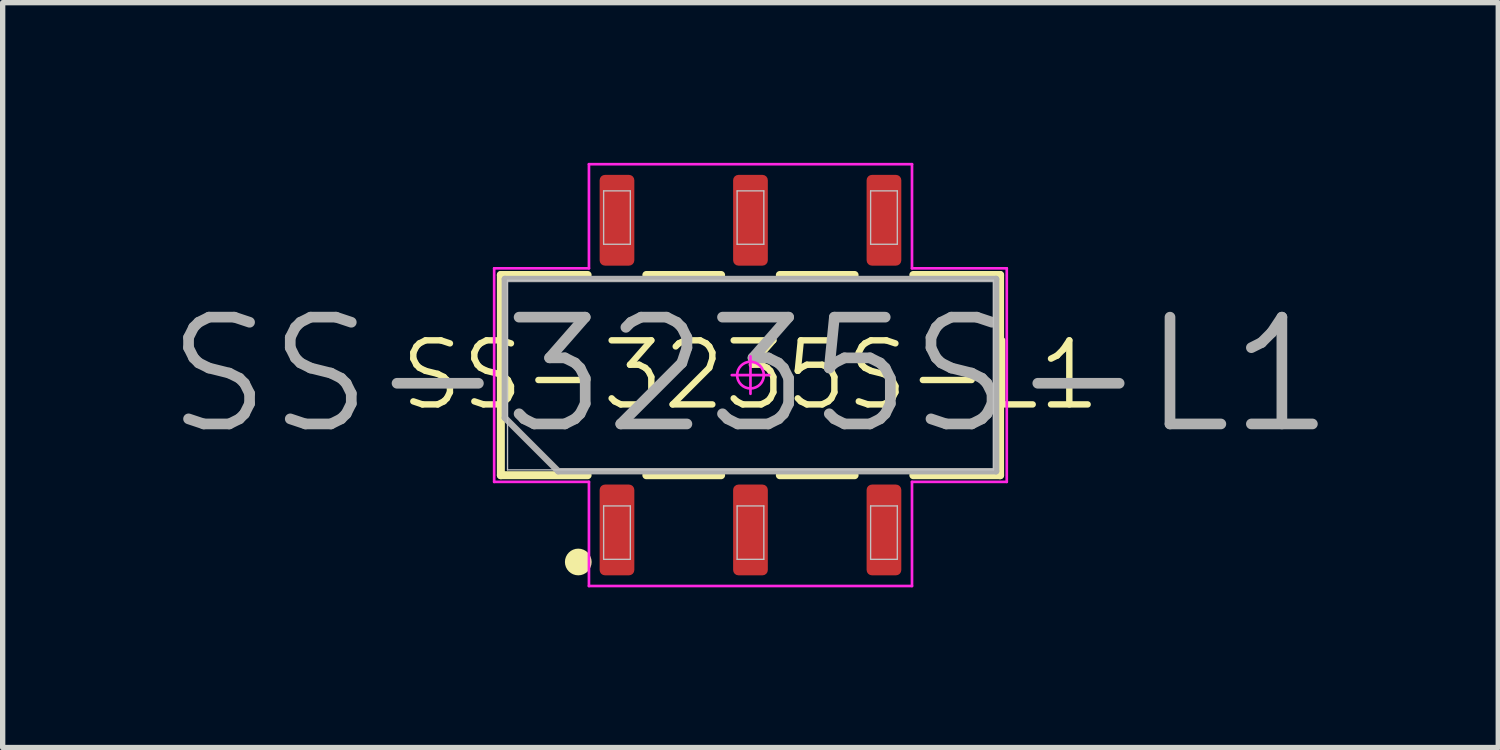
<source format=kicad_pcb>
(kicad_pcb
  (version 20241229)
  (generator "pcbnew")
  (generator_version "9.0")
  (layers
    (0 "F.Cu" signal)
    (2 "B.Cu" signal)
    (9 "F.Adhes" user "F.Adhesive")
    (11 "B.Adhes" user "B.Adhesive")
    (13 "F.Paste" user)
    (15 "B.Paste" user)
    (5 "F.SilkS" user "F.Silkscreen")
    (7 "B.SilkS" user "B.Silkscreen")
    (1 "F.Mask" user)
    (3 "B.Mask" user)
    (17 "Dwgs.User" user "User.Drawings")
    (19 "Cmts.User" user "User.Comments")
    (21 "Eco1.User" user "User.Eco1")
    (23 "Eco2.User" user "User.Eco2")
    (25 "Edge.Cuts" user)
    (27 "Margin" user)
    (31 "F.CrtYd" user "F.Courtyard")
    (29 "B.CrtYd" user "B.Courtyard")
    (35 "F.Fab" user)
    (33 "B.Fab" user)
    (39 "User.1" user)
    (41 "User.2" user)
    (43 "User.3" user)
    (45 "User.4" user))
  (footprint "SS-3235S-L1"
    (layer "F.Cu")
    (at 11.005 3.975)
    (property "Reference" "SS-3235S-L1" (at 0 0 0) (layer "F.SilkS") (effects (font (size 1.2 1.2) (thickness 0.12))))
    (attr smd)
    (fp_line (start -4.675 -1.875) (end -3.05 -1.875) (stroke (width 0.15) (type solid)) (layer "F.SilkS"))
    (fp_line (start -4.675 1.875) (end -4.675 -1.875) (stroke (width 0.15) (type solid)) (layer "F.SilkS"))
    (fp_line (start -3.05 1.875) (end -4.675 1.875) (stroke (width 0.15) (type solid)) (layer "F.SilkS"))
    (fp_line (start -0.55 -1.875) (end -1.95 -1.875) (stroke (width 0.15) (type solid)) (layer "F.SilkS"))
    (fp_line (start -0.55 1.875) (end -1.95 1.875) (stroke (width 0.15) (type solid)) (layer "F.SilkS"))
    (fp_line (start 1.95 -1.875) (end 0.55 -1.875) (stroke (width 0.15) (type solid)) (layer "F.SilkS"))
    (fp_line (start 1.95 1.875) (end 0.55 1.875) (stroke (width 0.15) (type solid)) (layer "F.SilkS"))
    (fp_line (start 3.05 -1.875) (end 4.675 -1.875) (stroke (width 0.15) (type solid)) (layer "F.SilkS"))
    (fp_line (start 4.675 -1.875) (end 4.675 1.875) (stroke (width 0.15) (type solid)) (layer "F.SilkS"))
    (fp_line (start 4.675 1.875) (end 3.05 1.875) (stroke (width 0.15) (type solid)) (layer "F.SilkS"))
    (fp_circle (center -3.225 3.5) (end -3.225 3.625) (stroke (width 0.25) (type solid)) (fill no) (layer "F.SilkS"))
    (fp_line (start -4.55 -1.775) (end 4.55 -1.775) (stroke (width 0.025) (type solid)) (layer "Dwgs.User"))
    (fp_line (start -4.55 1.775) (end -4.55 -1.775) (stroke (width 0.025) (type solid)) (layer "Dwgs.User"))
    (fp_line (start -2.75 -3.45) (end -2.25 -3.45) (stroke (width 0.025) (type solid)) (layer "Dwgs.User"))
    (fp_line (start -2.75 -2.45) (end -2.75 -3.45) (stroke (width 0.025) (type solid)) (layer "Dwgs.User"))
    (fp_line (start -2.75 2.45) (end -2.25 2.45) (stroke (width 0.025) (type solid)) (layer "Dwgs.User"))
    (fp_line (start -2.75 3.45) (end -2.75 2.45) (stroke (width 0.025) (type solid)) (layer "Dwgs.User"))
    (fp_line (start -2.25 -3.45) (end -2.25 -2.45) (stroke (width 0.025) (type solid)) (layer "Dwgs.User"))
    (fp_line (start -2.25 -2.45) (end -2.75 -2.45) (stroke (width 0.025) (type solid)) (layer "Dwgs.User"))
    (fp_line (start -2.25 2.45) (end -2.25 3.45) (stroke (width 0.025) (type solid)) (layer "Dwgs.User"))
    (fp_line (start -2.25 3.45) (end -2.75 3.45) (stroke (width 0.025) (type solid)) (layer "Dwgs.User"))
    (fp_line (start -0.25 -3.45) (end 0.25 -3.45) (stroke (width 0.025) (type solid)) (layer "Dwgs.User"))
    (fp_line (start -0.25 -2.45) (end -0.25 -3.45) (stroke (width 0.025) (type solid)) (layer "Dwgs.User"))
    (fp_line (start -0.25 2.45) (end 0.25 2.45) (stroke (width 0.025) (type solid)) (layer "Dwgs.User"))
    (fp_line (start -0.25 3.45) (end -0.25 2.45) (stroke (width 0.025) (type solid)) (layer "Dwgs.User"))
    (fp_line (start 0.25 -3.45) (end 0.25 -2.45) (stroke (width 0.025) (type solid)) (layer "Dwgs.User"))
    (fp_line (start 0.25 -2.45) (end -0.25 -2.45) (stroke (width 0.025) (type solid)) (layer "Dwgs.User"))
    (fp_line (start 0.25 2.45) (end 0.25 3.45) (stroke (width 0.025) (type solid)) (layer "Dwgs.User"))
    (fp_line (start 0.25 3.45) (end -0.25 3.45) (stroke (width 0.025) (type solid)) (layer "Dwgs.User"))
    (fp_line (start 2.25 -3.45) (end 2.75 -3.45) (stroke (width 0.025) (type solid)) (layer "Dwgs.User"))
    (fp_line (start 2.25 -2.45) (end 2.25 -3.45) (stroke (width 0.025) (type solid)) (layer "Dwgs.User"))
    (fp_line (start 2.25 2.45) (end 2.75 2.45) (stroke (width 0.025) (type solid)) (layer "Dwgs.User"))
    (fp_line (start 2.25 3.45) (end 2.25 2.45) (stroke (width 0.025) (type solid)) (layer "Dwgs.User"))
    (fp_line (start 2.75 -3.45) (end 2.75 -2.45) (stroke (width 0.025) (type solid)) (layer "Dwgs.User"))
    (fp_line (start 2.75 -2.45) (end 2.25 -2.45) (stroke (width 0.025) (type solid)) (layer "Dwgs.User"))
    (fp_line (start 2.75 2.45) (end 2.75 3.45) (stroke (width 0.025) (type solid)) (layer "Dwgs.User"))
    (fp_line (start 2.75 3.45) (end 2.25 3.45) (stroke (width 0.025) (type solid)) (layer "Dwgs.User"))
    (fp_line (start 4.55 -1.775) (end 4.55 1.775) (stroke (width 0.025) (type solid)) (layer "Dwgs.User"))
    (fp_line (start 4.55 1.775) (end -4.55 1.775) (stroke (width 0.025) (type solid)) (layer "Dwgs.User"))
    (fp_line (start -4.8 -2) (end -4.8 2) (stroke (width 0.05) (type solid)) (layer "F.CrtYd"))
    (fp_line (start -4.8 2) (end -3.025 2) (stroke (width 0.05) (type solid)) (layer "F.CrtYd"))
    (fp_line (start -3.025 -3.95) (end -3.025 -2) (stroke (width 0.05) (type solid)) (layer "F.CrtYd"))
    (fp_line (start -3.025 -2) (end -4.8 -2) (stroke (width 0.05) (type solid)) (layer "F.CrtYd"))
    (fp_line (start -3.025 2) (end -3.025 3.95) (stroke (width 0.05) (type solid)) (layer "F.CrtYd"))
    (fp_line (start -3.025 3.95) (end 3.025 3.95) (stroke (width 0.05) (type solid)) (layer "F.CrtYd"))
    (fp_line (start -0.35 0) (end 0.35 0) (stroke (width 0.05) (type solid)) (layer "F.CrtYd"))
    (fp_line (start 0 -0.35) (end 0 0.35) (stroke (width 0.05) (type solid)) (layer "F.CrtYd"))
    (fp_line (start 3.025 -3.95) (end -3.025 -3.95) (stroke (width 0.05) (type solid)) (layer "F.CrtYd"))
    (fp_line (start 3.025 -2) (end 3.025 -3.95) (stroke (width 0.05) (type solid)) (layer "F.CrtYd"))
    (fp_line (start 3.025 2) (end 4.8 2) (stroke (width 0.05) (type solid)) (layer "F.CrtYd"))
    (fp_line (start 3.025 3.95) (end 3.025 2) (stroke (width 0.05) (type solid)) (layer "F.CrtYd"))
    (fp_line (start 4.8 -2) (end 3.025 -2) (stroke (width 0.05) (type solid)) (layer "F.CrtYd"))
    (fp_line (start 4.8 2) (end 4.8 -2) (stroke (width 0.05) (type solid)) (layer "F.CrtYd"))
    (fp_circle (center 0 0) (end 0 0.25) (stroke (width 0.05) (type solid)) (fill no) (layer "F.CrtYd"))
    (fp_line (start -4.6 -1.8) (end 4.6 -1.8) (stroke (width 0.12) (type solid)) (layer "F.Fab"))
    (fp_line (start -4.6 0.8) (end -4.6 -1.8) (stroke (width 0.12) (type solid)) (layer "F.Fab"))
    (fp_line (start -3.6 1.8) (end -4.6 0.8) (stroke (width 0.12) (type solid)) (layer "F.Fab"))
    (fp_line (start 4.6 -1.8) (end 4.6 1.8) (stroke (width 0.12) (type solid)) (layer "F.Fab"))
    (fp_line (start 4.6 1.8) (end -3.6 1.8) (stroke (width 0.12) (type solid)) (layer "F.Fab"))
    (fp_text user "${REFERENCE}" (at 0 0 0) (layer "F.Fab") (effects (font (size 2 2) (thickness 0.2))))
    (pad "1" smd roundrect (at -2.5 2.9 90) (size 1.7 0.65) (layers "F.Cu" "F.Mask" "F.Paste") (roundrect_rratio 0.154))
    (pad "2" smd roundrect (at 0 2.9 90) (size 1.7 0.65) (layers "F.Cu" "F.Mask" "F.Paste") (roundrect_rratio 0.154))
    (pad "3" smd roundrect (at 2.5 2.9 90) (size 1.7 0.65) (layers "F.Cu" "F.Mask" "F.Paste") (roundrect_rratio 0.154))
    (pad "4" smd roundrect (at 2.5 -2.9 90) (size 1.7 0.65) (layers "F.Cu" "F.Mask" "F.Paste") (roundrect_rratio 0.154))
    (pad "5" smd roundrect (at 0 -2.9 90) (size 1.7 0.65) (layers "F.Cu" "F.Mask" "F.Paste") (roundrect_rratio 0.154))
    (pad "6" smd roundrect (at -2.5 -2.9 90) (size 1.7 0.65) (layers "F.Cu" "F.Mask" "F.Paste") (roundrect_rratio 0.154)))
  (gr_rect
    (start -3 -3)
    (end 25.01 10.95)
    (stroke (width 0.1) (type default))
    (fill no)
    (layer "Edge.Cuts")))
</source>
